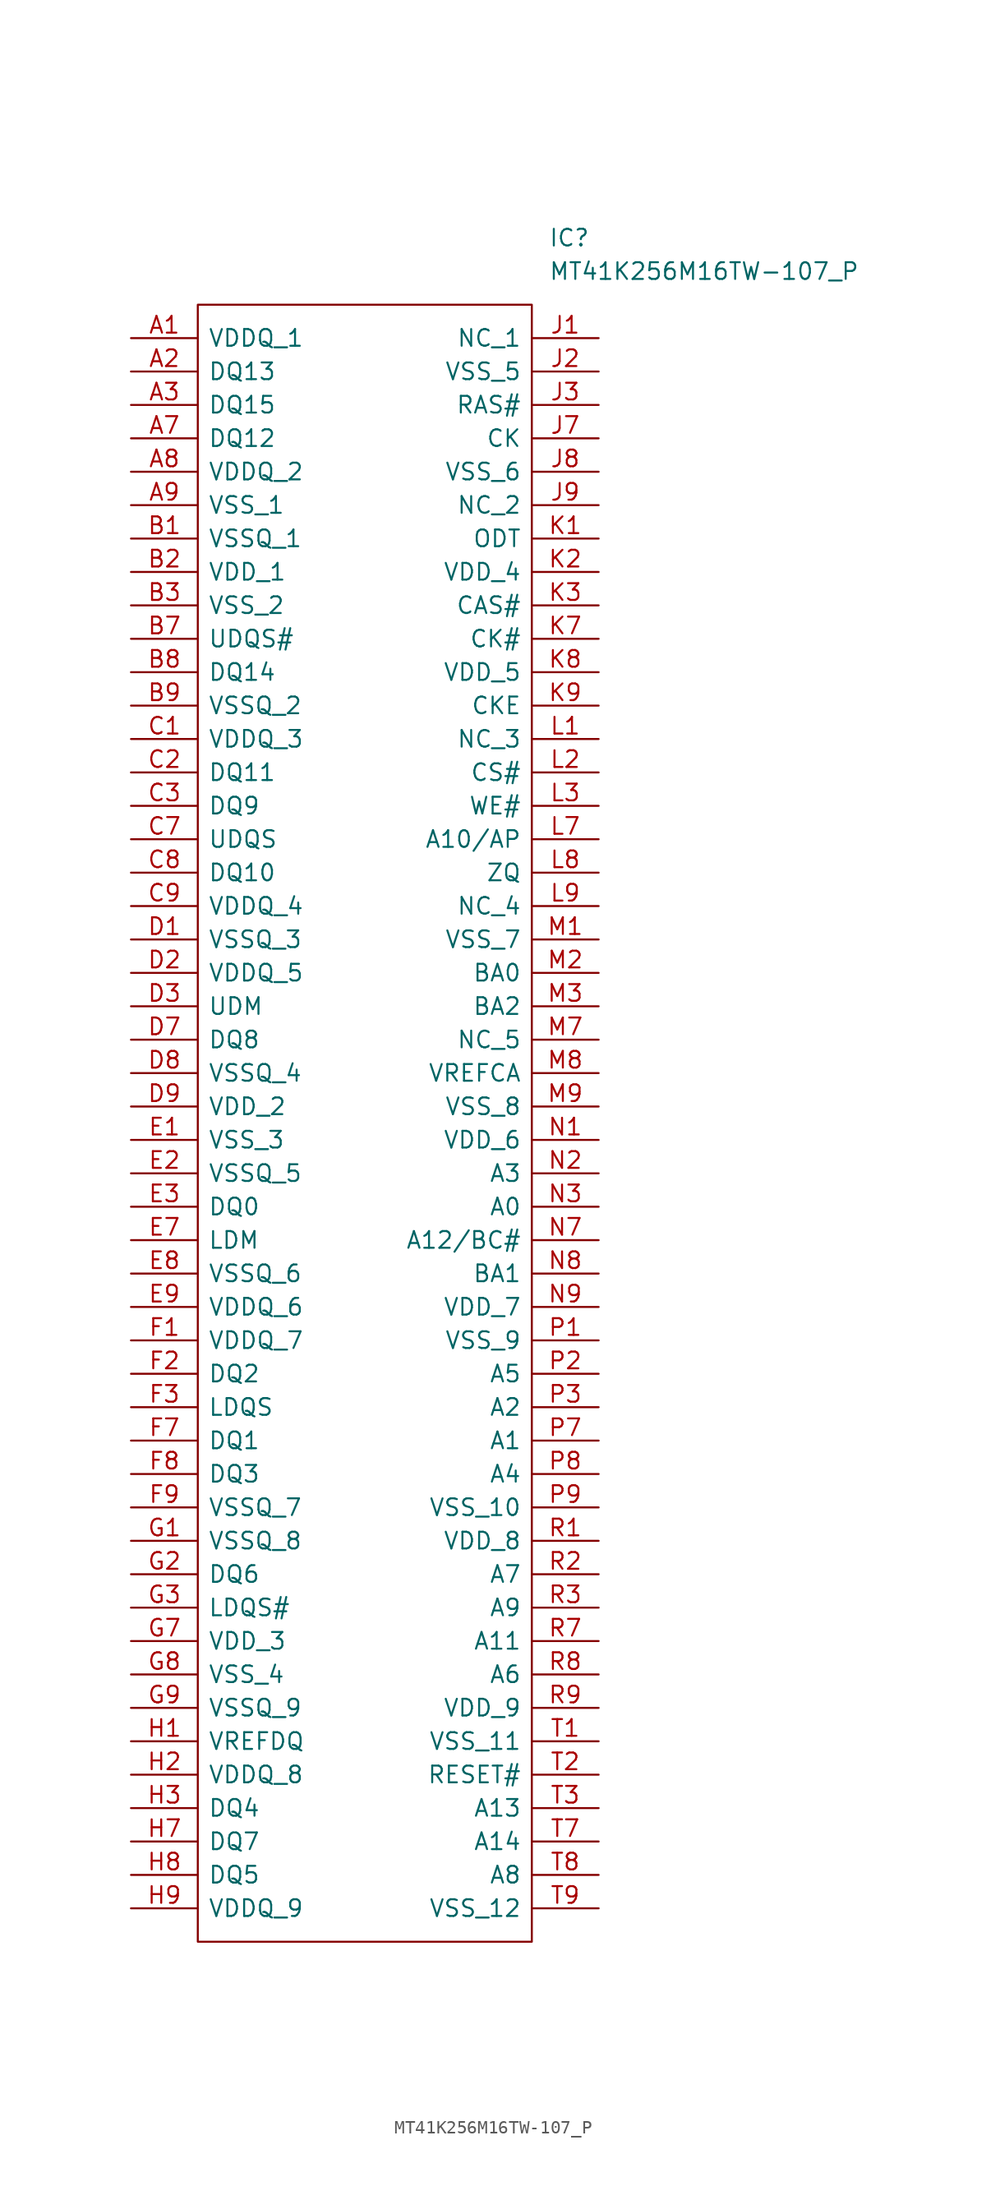
<source format=kicad_sym>
(kicad_symbol_lib
  (version 20220914)
  (generator kicad_symbol_editor)
  (symbol "MT41K256M16TW-107_P"
    (pin_names
      (offset 0.762))
    (property "Reference" "IC"
      (at 31.75 7.62 0)
      (effects (font (size 1.27 1.27)) (justify left)))
    (property "Value" "MT41K256M16TW-107_P"
      (at 31.75 5.08 0)
      (effects (font (size 1.27 1.27)) (justify left)))
    (symbol "MT41K256M16TW-107_P_0_0"
      (pin passive line (at 0 0 0) (length 5.08) (name "VDDQ_1" (effects (font (size 1.27 1.27)))) (number "A1" (effects (font (size 1.27 1.27)))))
      (pin passive line (at 0 -2.54 0) (length 5.08) (name "DQ13" (effects (font (size 1.27 1.27)))) (number "A2" (effects (font (size 1.27 1.27)))))
      (pin passive line (at 0 -5.08 0) (length 5.08) (name "DQ15" (effects (font (size 1.27 1.27)))) (number "A3" (effects (font (size 1.27 1.27)))))
      (pin passive line (at 0 -7.62 0) (length 5.08) (name "DQ12" (effects (font (size 1.27 1.27)))) (number "A7" (effects (font (size 1.27 1.27)))))
      (pin passive line (at 0 -10.16 0) (length 5.08) (name "VDDQ_2" (effects (font (size 1.27 1.27)))) (number "A8" (effects (font (size 1.27 1.27)))))
      (pin passive line (at 0 -12.7 0) (length 5.08) (name "VSS_1" (effects (font (size 1.27 1.27)))) (number "A9" (effects (font (size 1.27 1.27)))))
      (pin passive line (at 0 -15.24 0) (length 5.08) (name "VSSQ_1" (effects (font (size 1.27 1.27)))) (number "B1" (effects (font (size 1.27 1.27)))))
      (pin passive line (at 0 -17.78 0) (length 5.08) (name "VDD_1" (effects (font (size 1.27 1.27)))) (number "B2" (effects (font (size 1.27 1.27)))))
      (pin passive line (at 0 -20.32 0) (length 5.08) (name "VSS_2" (effects (font (size 1.27 1.27)))) (number "B3" (effects (font (size 1.27 1.27)))))
      (pin passive line (at 0 -22.86 0) (length 5.08) (name "UDQS#" (effects (font (size 1.27 1.27)))) (number "B7" (effects (font (size 1.27 1.27)))))
      (pin passive line (at 0 -25.4 0) (length 5.08) (name "DQ14" (effects (font (size 1.27 1.27)))) (number "B8" (effects (font (size 1.27 1.27)))))
      (pin passive line (at 0 -27.94 0) (length 5.08) (name "VSSQ_2" (effects (font (size 1.27 1.27)))) (number "B9" (effects (font (size 1.27 1.27)))))
      (pin passive line (at 0 -30.48 0) (length 5.08) (name "VDDQ_3" (effects (font (size 1.27 1.27)))) (number "C1" (effects (font (size 1.27 1.27)))))
      (pin passive line (at 0 -33.02 0) (length 5.08) (name "DQ11" (effects (font (size 1.27 1.27)))) (number "C2" (effects (font (size 1.27 1.27)))))
      (pin passive line (at 0 -35.56 0) (length 5.08) (name "DQ9" (effects (font (size 1.27 1.27)))) (number "C3" (effects (font (size 1.27 1.27)))))
      (pin passive line (at 0 -38.1 0) (length 5.08) (name "UDQS" (effects (font (size 1.27 1.27)))) (number "C7" (effects (font (size 1.27 1.27)))))
      (pin passive line (at 0 -40.64 0) (length 5.08) (name "DQ10" (effects (font (size 1.27 1.27)))) (number "C8" (effects (font (size 1.27 1.27)))))
      (pin passive line (at 0 -43.18 0) (length 5.08) (name "VDDQ_4" (effects (font (size 1.27 1.27)))) (number "C9" (effects (font (size 1.27 1.27)))))
      (pin passive line (at 0 -45.72 0) (length 5.08) (name "VSSQ_3" (effects (font (size 1.27 1.27)))) (number "D1" (effects (font (size 1.27 1.27)))))
      (pin passive line (at 0 -48.26 0) (length 5.08) (name "VDDQ_5" (effects (font (size 1.27 1.27)))) (number "D2" (effects (font (size 1.27 1.27)))))
      (pin passive line (at 0 -50.8 0) (length 5.08) (name "UDM" (effects (font (size 1.27 1.27)))) (number "D3" (effects (font (size 1.27 1.27)))))
      (pin passive line (at 0 -53.34 0) (length 5.08) (name "DQ8" (effects (font (size 1.27 1.27)))) (number "D7" (effects (font (size 1.27 1.27)))))
      (pin passive line (at 0 -55.88 0) (length 5.08) (name "VSSQ_4" (effects (font (size 1.27 1.27)))) (number "D8" (effects (font (size 1.27 1.27)))))
      (pin passive line (at 0 -58.42 0) (length 5.08) (name "VDD_2" (effects (font (size 1.27 1.27)))) (number "D9" (effects (font (size 1.27 1.27)))))
      (pin passive line (at 0 -60.96 0) (length 5.08) (name "VSS_3" (effects (font (size 1.27 1.27)))) (number "E1" (effects (font (size 1.27 1.27)))))
      (pin passive line (at 0 -63.5 0) (length 5.08) (name "VSSQ_5" (effects (font (size 1.27 1.27)))) (number "E2" (effects (font (size 1.27 1.27)))))
      (pin passive line (at 0 -66.04 0) (length 5.08) (name "DQ0" (effects (font (size 1.27 1.27)))) (number "E3" (effects (font (size 1.27 1.27)))))
      (pin passive line (at 0 -68.58 0) (length 5.08) (name "LDM" (effects (font (size 1.27 1.27)))) (number "E7" (effects (font (size 1.27 1.27)))))
      (pin passive line (at 0 -71.12 0) (length 5.08) (name "VSSQ_6" (effects (font (size 1.27 1.27)))) (number "E8" (effects (font (size 1.27 1.27)))))
      (pin passive line (at 0 -73.66 0) (length 5.08) (name "VDDQ_6" (effects (font (size 1.27 1.27)))) (number "E9" (effects (font (size 1.27 1.27)))))
      (pin passive line (at 0 -76.2 0) (length 5.08) (name "VDDQ_7" (effects (font (size 1.27 1.27)))) (number "F1" (effects (font (size 1.27 1.27)))))
      (pin passive line (at 0 -78.74 0) (length 5.08) (name "DQ2" (effects (font (size 1.27 1.27)))) (number "F2" (effects (font (size 1.27 1.27)))))
      (pin passive line (at 0 -81.28 0) (length 5.08) (name "LDQS" (effects (font (size 1.27 1.27)))) (number "F3" (effects (font (size 1.27 1.27)))))
      (pin passive line (at 0 -83.82 0) (length 5.08) (name "DQ1" (effects (font (size 1.27 1.27)))) (number "F7" (effects (font (size 1.27 1.27)))))
      (pin passive line (at 0 -86.36 0) (length 5.08) (name "DQ3" (effects (font (size 1.27 1.27)))) (number "F8" (effects (font (size 1.27 1.27)))))
      (pin passive line (at 0 -88.9 0) (length 5.08) (name "VSSQ_7" (effects (font (size 1.27 1.27)))) (number "F9" (effects (font (size 1.27 1.27)))))
      (pin passive line (at 0 -91.44 0) (length 5.08) (name "VSSQ_8" (effects (font (size 1.27 1.27)))) (number "G1" (effects (font (size 1.27 1.27)))))
      (pin passive line (at 0 -93.98 0) (length 5.08) (name "DQ6" (effects (font (size 1.27 1.27)))) (number "G2" (effects (font (size 1.27 1.27)))))
      (pin passive line (at 0 -96.52 0) (length 5.08) (name "LDQS#" (effects (font (size 1.27 1.27)))) (number "G3" (effects (font (size 1.27 1.27)))))
      (pin passive line (at 0 -99.06 0) (length 5.08) (name "VDD_3" (effects (font (size 1.27 1.27)))) (number "G7" (effects (font (size 1.27 1.27)))))
      (pin passive line (at 0 -101.6 0) (length 5.08) (name "VSS_4" (effects (font (size 1.27 1.27)))) (number "G8" (effects (font (size 1.27 1.27)))))
      (pin passive line (at 0 -104.14 0) (length 5.08) (name "VSSQ_9" (effects (font (size 1.27 1.27)))) (number "G9" (effects (font (size 1.27 1.27)))))
      (pin passive line (at 0 -106.68 0) (length 5.08) (name "VREFDQ" (effects (font (size 1.27 1.27)))) (number "H1" (effects (font (size 1.27 1.27)))))
      (pin passive line (at 0 -109.22 0) (length 5.08) (name "VDDQ_8" (effects (font (size 1.27 1.27)))) (number "H2" (effects (font (size 1.27 1.27)))))
      (pin passive line (at 0 -111.76 0) (length 5.08) (name "DQ4" (effects (font (size 1.27 1.27)))) (number "H3" (effects (font (size 1.27 1.27)))))
      (pin passive line (at 0 -114.3 0) (length 5.08) (name "DQ7" (effects (font (size 1.27 1.27)))) (number "H7" (effects (font (size 1.27 1.27)))))
      (pin passive line (at 0 -116.84 0) (length 5.08) (name "DQ5" (effects (font (size 1.27 1.27)))) (number "H8" (effects (font (size 1.27 1.27)))))
      (pin passive line (at 0 -119.38 0) (length 5.08) (name "VDDQ_9" (effects (font (size 1.27 1.27)))) (number "H9" (effects (font (size 1.27 1.27)))))
      (pin passive line (at 35.56 0 180) (length 5.08) (name "NC_1" (effects (font (size 1.27 1.27)))) (number "J1" (effects (font (size 1.27 1.27)))))
      (pin passive line (at 35.56 -2.54 180) (length 5.08) (name "VSS_5" (effects (font (size 1.27 1.27)))) (number "J2" (effects (font (size 1.27 1.27)))))
      (pin passive line (at 35.56 -5.08 180) (length 5.08) (name "RAS#" (effects (font (size 1.27 1.27)))) (number "J3" (effects (font (size 1.27 1.27)))))
      (pin passive line (at 35.56 -7.62 180) (length 5.08) (name "CK" (effects (font (size 1.27 1.27)))) (number "J7" (effects (font (size 1.27 1.27)))))
      (pin passive line (at 35.56 -10.16 180) (length 5.08) (name "VSS_6" (effects (font (size 1.27 1.27)))) (number "J8" (effects (font (size 1.27 1.27)))))
      (pin passive line (at 35.56 -12.7 180) (length 5.08) (name "NC_2" (effects (font (size 1.27 1.27)))) (number "J9" (effects (font (size 1.27 1.27)))))
      (pin passive line (at 35.56 -15.24 180) (length 5.08) (name "ODT" (effects (font (size 1.27 1.27)))) (number "K1" (effects (font (size 1.27 1.27)))))
      (pin passive line (at 35.56 -17.78 180) (length 5.08) (name "VDD_4" (effects (font (size 1.27 1.27)))) (number "K2" (effects (font (size 1.27 1.27)))))
      (pin passive line (at 35.56 -20.32 180) (length 5.08) (name "CAS#" (effects (font (size 1.27 1.27)))) (number "K3" (effects (font (size 1.27 1.27)))))
      (pin passive line (at 35.56 -22.86 180) (length 5.08) (name "CK#" (effects (font (size 1.27 1.27)))) (number "K7" (effects (font (size 1.27 1.27)))))
      (pin passive line (at 35.56 -25.4 180) (length 5.08) (name "VDD_5" (effects (font (size 1.27 1.27)))) (number "K8" (effects (font (size 1.27 1.27)))))
      (pin passive line (at 35.56 -27.94 180) (length 5.08) (name "CKE" (effects (font (size 1.27 1.27)))) (number "K9" (effects (font (size 1.27 1.27)))))
      (pin passive line (at 35.56 -30.48 180) (length 5.08) (name "NC_3" (effects (font (size 1.27 1.27)))) (number "L1" (effects (font (size 1.27 1.27)))))
      (pin passive line (at 35.56 -33.02 180) (length 5.08) (name "CS#" (effects (font (size 1.27 1.27)))) (number "L2" (effects (font (size 1.27 1.27)))))
      (pin passive line (at 35.56 -35.56 180) (length 5.08) (name "WE#" (effects (font (size 1.27 1.27)))) (number "L3" (effects (font (size 1.27 1.27)))))
      (pin passive line (at 35.56 -38.1 180) (length 5.08) (name "A10/AP" (effects (font (size 1.27 1.27)))) (number "L7" (effects (font (size 1.27 1.27)))))
      (pin passive line (at 35.56 -40.64 180) (length 5.08) (name "ZQ" (effects (font (size 1.27 1.27)))) (number "L8" (effects (font (size 1.27 1.27)))))
      (pin passive line (at 35.56 -43.18 180) (length 5.08) (name "NC_4" (effects (font (size 1.27 1.27)))) (number "L9" (effects (font (size 1.27 1.27)))))
      (pin passive line (at 35.56 -45.72 180) (length 5.08) (name "VSS_7" (effects (font (size 1.27 1.27)))) (number "M1" (effects (font (size 1.27 1.27)))))
      (pin passive line (at 35.56 -48.26 180) (length 5.08) (name "BA0" (effects (font (size 1.27 1.27)))) (number "M2" (effects (font (size 1.27 1.27)))))
      (pin passive line (at 35.56 -50.8 180) (length 5.08) (name "BA2" (effects (font (size 1.27 1.27)))) (number "M3" (effects (font (size 1.27 1.27)))))
      (pin passive line (at 35.56 -53.34 180) (length 5.08) (name "NC_5" (effects (font (size 1.27 1.27)))) (number "M7" (effects (font (size 1.27 1.27)))))
      (pin passive line (at 35.56 -55.88 180) (length 5.08) (name "VREFCA" (effects (font (size 1.27 1.27)))) (number "M8" (effects (font (size 1.27 1.27)))))
      (pin passive line (at 35.56 -58.42 180) (length 5.08) (name "VSS_8" (effects (font (size 1.27 1.27)))) (number "M9" (effects (font (size 1.27 1.27)))))
      (pin passive line (at 35.56 -60.96 180) (length 5.08) (name "VDD_6" (effects (font (size 1.27 1.27)))) (number "N1" (effects (font (size 1.27 1.27)))))
      (pin passive line (at 35.56 -63.5 180) (length 5.08) (name "A3" (effects (font (size 1.27 1.27)))) (number "N2" (effects (font (size 1.27 1.27)))))
      (pin passive line (at 35.56 -66.04 180) (length 5.08) (name "A0" (effects (font (size 1.27 1.27)))) (number "N3" (effects (font (size 1.27 1.27)))))
      (pin passive line (at 35.56 -68.58 180) (length 5.08) (name "A12/BC#" (effects (font (size 1.27 1.27)))) (number "N7" (effects (font (size 1.27 1.27)))))
      (pin passive line (at 35.56 -71.12 180) (length 5.08) (name "BA1" (effects (font (size 1.27 1.27)))) (number "N8" (effects (font (size 1.27 1.27)))))
      (pin passive line (at 35.56 -73.66 180) (length 5.08) (name "VDD_7" (effects (font (size 1.27 1.27)))) (number "N9" (effects (font (size 1.27 1.27)))))
      (pin passive line (at 35.56 -76.2 180) (length 5.08) (name "VSS_9" (effects (font (size 1.27 1.27)))) (number "P1" (effects (font (size 1.27 1.27)))))
      (pin passive line (at 35.56 -78.74 180) (length 5.08) (name "A5" (effects (font (size 1.27 1.27)))) (number "P2" (effects (font (size 1.27 1.27)))))
      (pin passive line (at 35.56 -81.28 180) (length 5.08) (name "A2" (effects (font (size 1.27 1.27)))) (number "P3" (effects (font (size 1.27 1.27)))))
      (pin passive line (at 35.56 -83.82 180) (length 5.08) (name "A1" (effects (font (size 1.27 1.27)))) (number "P7" (effects (font (size 1.27 1.27)))))
      (pin passive line (at 35.56 -86.36 180) (length 5.08) (name "A4" (effects (font (size 1.27 1.27)))) (number "P8" (effects (font (size 1.27 1.27)))))
      (pin passive line (at 35.56 -88.9 180) (length 5.08) (name "VSS_10" (effects (font (size 1.27 1.27)))) (number "P9" (effects (font (size 1.27 1.27)))))
      (pin passive line (at 35.56 -91.44 180) (length 5.08) (name "VDD_8" (effects (font (size 1.27 1.27)))) (number "R1" (effects (font (size 1.27 1.27)))))
      (pin passive line (at 35.56 -93.98 180) (length 5.08) (name "A7" (effects (font (size 1.27 1.27)))) (number "R2" (effects (font (size 1.27 1.27)))))
      (pin passive line (at 35.56 -96.52 180) (length 5.08) (name "A9" (effects (font (size 1.27 1.27)))) (number "R3" (effects (font (size 1.27 1.27)))))
      (pin passive line (at 35.56 -99.06 180) (length 5.08) (name "A11" (effects (font (size 1.27 1.27)))) (number "R7" (effects (font (size 1.27 1.27)))))
      (pin passive line (at 35.56 -101.6 180) (length 5.08) (name "A6" (effects (font (size 1.27 1.27)))) (number "R8" (effects (font (size 1.27 1.27)))))
      (pin passive line (at 35.56 -104.14 180) (length 5.08) (name "VDD_9" (effects (font (size 1.27 1.27)))) (number "R9" (effects (font (size 1.27 1.27)))))
      (pin passive line (at 35.56 -106.68 180) (length 5.08) (name "VSS_11" (effects (font (size 1.27 1.27)))) (number "T1" (effects (font (size 1.27 1.27)))))
      (pin passive line (at 35.56 -109.22 180) (length 5.08) (name "RESET#" (effects (font (size 1.27 1.27)))) (number "T2" (effects (font (size 1.27 1.27)))))
      (pin passive line (at 35.56 -111.76 180) (length 5.08) (name "A13" (effects (font (size 1.27 1.27)))) (number "T3" (effects (font (size 1.27 1.27)))))
      (pin passive line (at 35.56 -114.3 180) (length 5.08) (name "A14" (effects (font (size 1.27 1.27)))) (number "T7" (effects (font (size 1.27 1.27)))))
      (pin passive line (at 35.56 -116.84 180) (length 5.08) (name "A8" (effects (font (size 1.27 1.27)))) (number "T8" (effects (font (size 1.27 1.27)))))
      (pin passive line (at 35.56 -119.38 180) (length 5.08) (name "VSS_12" (effects (font (size 1.27 1.27)))) (number "T9" (effects (font (size 1.27 1.27))))))
    (symbol "MT41K256M16TW-107_P_0_1"
      (polyline (pts (xy 5.08 2.54) (xy 30.48 2.54) (xy 30.48 -121.92) (xy 5.08 -121.92) (xy 5.08 2.54)) (stroke (width 0.152) (type solid)) (fill (type none))))))
</source>
